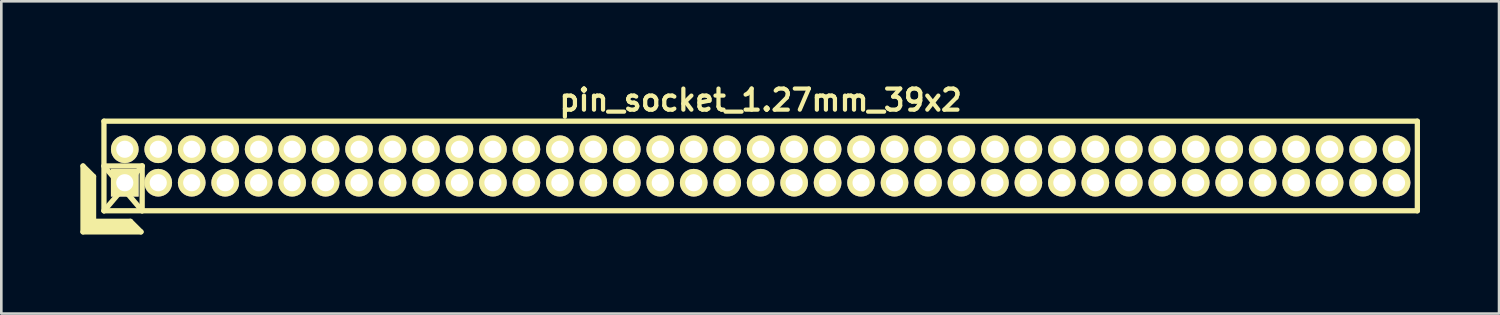
<source format=kicad_pcb>
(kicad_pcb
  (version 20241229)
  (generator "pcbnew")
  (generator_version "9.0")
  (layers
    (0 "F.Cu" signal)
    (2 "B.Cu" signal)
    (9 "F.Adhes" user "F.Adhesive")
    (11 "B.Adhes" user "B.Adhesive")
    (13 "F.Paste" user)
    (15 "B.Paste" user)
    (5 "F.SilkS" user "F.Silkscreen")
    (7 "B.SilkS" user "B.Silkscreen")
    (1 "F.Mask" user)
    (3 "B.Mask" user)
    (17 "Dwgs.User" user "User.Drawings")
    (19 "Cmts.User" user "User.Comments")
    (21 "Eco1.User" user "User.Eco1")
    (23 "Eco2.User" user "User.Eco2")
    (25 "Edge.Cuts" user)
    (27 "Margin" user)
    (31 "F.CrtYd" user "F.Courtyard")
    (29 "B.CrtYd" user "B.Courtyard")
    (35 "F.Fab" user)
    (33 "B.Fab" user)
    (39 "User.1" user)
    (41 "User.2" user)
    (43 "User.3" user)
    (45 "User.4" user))
  (footprint "pin_socket_1.27mm_39x2"
    (layer "F.Cu")
    (at 25.815 3.249)
    (property "Reference" "pin_socket_1.27mm_39x2" (at 0 -2.5 0) (layer "F.SilkS") (effects (font (size 0.8 0.8) (thickness 0.16))))
    (attr through_hole)
    (fp_line (start -25.715 0) (end -25.715 2.5) (stroke (width 0.2) (type solid)) (layer "F.SilkS"))
    (fp_line (start -25.715 0) (end -25.315 0.4) (stroke (width 0.2) (type solid)) (layer "F.SilkS"))
    (fp_line (start -25.715 2.5) (end -23.515 2.5) (stroke (width 0.2) (type solid)) (layer "F.SilkS"))
    (fp_line (start -25.615 2.4) (end -25.615 0.2) (stroke (width 0.2) (type solid)) (layer "F.SilkS"))
    (fp_line (start -25.615 2.4) (end -23.715 2.4) (stroke (width 0.2) (type solid)) (layer "F.SilkS"))
    (fp_line (start -25.515 2.3) (end -25.515 0.3) (stroke (width 0.2) (type solid)) (layer "F.SilkS"))
    (fp_line (start -25.515 2.3) (end -23.815 2.3) (stroke (width 0.2) (type solid)) (layer "F.SilkS"))
    (fp_line (start -25.415 2.2) (end -25.415 0.4) (stroke (width 0.2) (type solid)) (layer "F.SilkS"))
    (fp_line (start -25.415 2.2) (end -23.915 2.2) (stroke (width 0.2) (type solid)) (layer "F.SilkS"))
    (fp_line (start -25.315 2.1) (end -25.315 0.4) (stroke (width 0.2) (type solid)) (layer "F.SilkS"))
    (fp_line (start -25.315 2.1) (end -23.915 2.1) (stroke (width 0.2) (type solid)) (layer "F.SilkS"))
    (fp_line (start -24.92 -1.7) (end 24.92 -1.7) (stroke (width 0.2) (type solid)) (layer "F.SilkS"))
    (fp_line (start -24.92 0) (end -23.47 0) (stroke (width 0.2) (type solid)) (layer "F.SilkS"))
    (fp_line (start -24.92 0) (end -23.47 1.7) (stroke (width 0.2) (type solid)) (layer "F.SilkS"))
    (fp_line (start -24.92 1.7) (end -24.92 -1.7) (stroke (width 0.2) (type solid)) (layer "F.SilkS"))
    (fp_line (start -23.915 2.1) (end -23.515 2.5) (stroke (width 0.2) (type solid)) (layer "F.SilkS"))
    (fp_line (start -23.47 0) (end -24.915 1.7) (stroke (width 0.2) (type solid)) (layer "F.SilkS"))
    (fp_line (start -23.47 0) (end -23.47 1.7) (stroke (width 0.2) (type solid)) (layer "F.SilkS"))
    (fp_line (start 24.92 -1.7) (end 24.92 1.7) (stroke (width 0.2) (type solid)) (layer "F.SilkS"))
    (fp_line (start 24.92 1.7) (end -24.92 1.7) (stroke (width 0.2) (type solid)) (layer "F.SilkS"))
    (pad "1" thru_hole rect (at -24.13 0.635) (size 1.05 1.05) (drill 0.65) (layers "*.Cu" "*.Mask" "F.SilkS"))
    (pad "2" thru_hole oval (at -24.13 -0.635) (size 1.05 1.05) (drill 0.65) (layers "*.Cu" "*.Mask" "F.SilkS"))
    (pad "3" thru_hole oval (at -22.86 0.635) (size 1.05 1.05) (drill 0.65) (layers "*.Cu" "*.Mask" "F.SilkS"))
    (pad "4" thru_hole oval (at -22.86 -0.635) (size 1.05 1.05) (drill 0.65) (layers "*.Cu" "*.Mask" "F.SilkS"))
    (pad "5" thru_hole oval (at -21.59 0.635) (size 1.05 1.05) (drill 0.65) (layers "*.Cu" "*.Mask" "F.SilkS"))
    (pad "6" thru_hole oval (at -21.59 -0.635) (size 1.05 1.05) (drill 0.65) (layers "*.Cu" "*.Mask" "F.SilkS"))
    (pad "7" thru_hole oval (at -20.32 0.635) (size 1.05 1.05) (drill 0.65) (layers "*.Cu" "*.Mask" "F.SilkS"))
    (pad "8" thru_hole oval (at -20.32 -0.635) (size 1.05 1.05) (drill 0.65) (layers "*.Cu" "*.Mask" "F.SilkS"))
    (pad "9" thru_hole oval (at -19.05 0.635) (size 1.05 1.05) (drill 0.65) (layers "*.Cu" "*.Mask" "F.SilkS"))
    (pad "10" thru_hole oval (at -19.05 -0.635) (size 1.05 1.05) (drill 0.65) (layers "*.Cu" "*.Mask" "F.SilkS"))
    (pad "11" thru_hole oval (at -17.78 0.635) (size 1.05 1.05) (drill 0.65) (layers "*.Cu" "*.Mask" "F.SilkS"))
    (pad "12" thru_hole oval (at -17.78 -0.635) (size 1.05 1.05) (drill 0.65) (layers "*.Cu" "*.Mask" "F.SilkS"))
    (pad "13" thru_hole oval (at -16.51 0.635) (size 1.05 1.05) (drill 0.65) (layers "*.Cu" "*.Mask" "F.SilkS"))
    (pad "14" thru_hole oval (at -16.51 -0.635) (size 1.05 1.05) (drill 0.65) (layers "*.Cu" "*.Mask" "F.SilkS"))
    (pad "15" thru_hole oval (at -15.24 0.635) (size 1.05 1.05) (drill 0.65) (layers "*.Cu" "*.Mask" "F.SilkS"))
    (pad "16" thru_hole oval (at -15.24 -0.635) (size 1.05 1.05) (drill 0.65) (layers "*.Cu" "*.Mask" "F.SilkS"))
    (pad "17" thru_hole oval (at -13.97 0.635) (size 1.05 1.05) (drill 0.65) (layers "*.Cu" "*.Mask" "F.SilkS"))
    (pad "18" thru_hole oval (at -13.97 -0.635) (size 1.05 1.05) (drill 0.65) (layers "*.Cu" "*.Mask" "F.SilkS"))
    (pad "19" thru_hole oval (at -12.7 0.635) (size 1.05 1.05) (drill 0.65) (layers "*.Cu" "*.Mask" "F.SilkS"))
    (pad "20" thru_hole oval (at -12.7 -0.635) (size 1.05 1.05) (drill 0.65) (layers "*.Cu" "*.Mask" "F.SilkS"))
    (pad "21" thru_hole oval (at -11.43 0.635) (size 1.05 1.05) (drill 0.65) (layers "*.Cu" "*.Mask" "F.SilkS"))
    (pad "22" thru_hole oval (at -11.43 -0.635) (size 1.05 1.05) (drill 0.65) (layers "*.Cu" "*.Mask" "F.SilkS"))
    (pad "23" thru_hole oval (at -10.16 0.635) (size 1.05 1.05) (drill 0.65) (layers "*.Cu" "*.Mask" "F.SilkS"))
    (pad "24" thru_hole oval (at -10.16 -0.635) (size 1.05 1.05) (drill 0.65) (layers "*.Cu" "*.Mask" "F.SilkS"))
    (pad "25" thru_hole oval (at -8.89 0.635) (size 1.05 1.05) (drill 0.65) (layers "*.Cu" "*.Mask" "F.SilkS"))
    (pad "26" thru_hole oval (at -8.89 -0.635) (size 1.05 1.05) (drill 0.65) (layers "*.Cu" "*.Mask" "F.SilkS"))
    (pad "27" thru_hole oval (at -7.62 0.635) (size 1.05 1.05) (drill 0.65) (layers "*.Cu" "*.Mask" "F.SilkS"))
    (pad "28" thru_hole oval (at -7.62 -0.635) (size 1.05 1.05) (drill 0.65) (layers "*.Cu" "*.Mask" "F.SilkS"))
    (pad "29" thru_hole oval (at -6.35 0.635) (size 1.05 1.05) (drill 0.65) (layers "*.Cu" "*.Mask" "F.SilkS"))
    (pad "30" thru_hole oval (at -6.35 -0.635) (size 1.05 1.05) (drill 0.65) (layers "*.Cu" "*.Mask" "F.SilkS"))
    (pad "31" thru_hole oval (at -5.08 0.635) (size 1.05 1.05) (drill 0.65) (layers "*.Cu" "*.Mask" "F.SilkS"))
    (pad "32" thru_hole oval (at -5.08 -0.635) (size 1.05 1.05) (drill 0.65) (layers "*.Cu" "*.Mask" "F.SilkS"))
    (pad "33" thru_hole oval (at -3.81 0.635) (size 1.05 1.05) (drill 0.65) (layers "*.Cu" "*.Mask" "F.SilkS"))
    (pad "34" thru_hole oval (at -3.81 -0.635) (size 1.05 1.05) (drill 0.65) (layers "*.Cu" "*.Mask" "F.SilkS"))
    (pad "35" thru_hole oval (at -2.54 0.635) (size 1.05 1.05) (drill 0.65) (layers "*.Cu" "*.Mask" "F.SilkS"))
    (pad "36" thru_hole oval (at -2.54 -0.635) (size 1.05 1.05) (drill 0.65) (layers "*.Cu" "*.Mask" "F.SilkS"))
    (pad "37" thru_hole oval (at -1.27 0.635) (size 1.05 1.05) (drill 0.65) (layers "*.Cu" "*.Mask" "F.SilkS"))
    (pad "38" thru_hole oval (at -1.27 -0.635) (size 1.05 1.05) (drill 0.65) (layers "*.Cu" "*.Mask" "F.SilkS"))
    (pad "39" thru_hole oval (at 0 0.635) (size 1.05 1.05) (drill 0.65) (layers "*.Cu" "*.Mask" "F.SilkS"))
    (pad "40" thru_hole oval (at 0 -0.635) (size 1.05 1.05) (drill 0.65) (layers "*.Cu" "*.Mask" "F.SilkS"))
    (pad "41" thru_hole oval (at 1.27 0.635) (size 1.05 1.05) (drill 0.65) (layers "*.Cu" "*.Mask" "F.SilkS"))
    (pad "42" thru_hole oval (at 1.27 -0.635) (size 1.05 1.05) (drill 0.65) (layers "*.Cu" "*.Mask" "F.SilkS"))
    (pad "43" thru_hole oval (at 2.54 0.635) (size 1.05 1.05) (drill 0.65) (layers "*.Cu" "*.Mask" "F.SilkS"))
    (pad "44" thru_hole oval (at 2.54 -0.635) (size 1.05 1.05) (drill 0.65) (layers "*.Cu" "*.Mask" "F.SilkS"))
    (pad "45" thru_hole oval (at 3.81 0.635) (size 1.05 1.05) (drill 0.65) (layers "*.Cu" "*.Mask" "F.SilkS"))
    (pad "46" thru_hole oval (at 3.81 -0.635) (size 1.05 1.05) (drill 0.65) (layers "*.Cu" "*.Mask" "F.SilkS"))
    (pad "47" thru_hole oval (at 5.08 0.635) (size 1.05 1.05) (drill 0.65) (layers "*.Cu" "*.Mask" "F.SilkS"))
    (pad "48" thru_hole oval (at 5.08 -0.635) (size 1.05 1.05) (drill 0.65) (layers "*.Cu" "*.Mask" "F.SilkS"))
    (pad "49" thru_hole oval (at 6.35 0.635) (size 1.05 1.05) (drill 0.65) (layers "*.Cu" "*.Mask" "F.SilkS"))
    (pad "50" thru_hole oval (at 6.35 -0.635) (size 1.05 1.05) (drill 0.65) (layers "*.Cu" "*.Mask" "F.SilkS"))
    (pad "51" thru_hole circle (at 7.62 0.635) (size 1.05 1.05) (drill 0.65) (layers "*.Cu" "*.Mask" "F.SilkS"))
    (pad "52" thru_hole oval (at 7.62 -0.635) (size 1.05 1.05) (drill 0.65) (layers "*.Cu" "*.Mask" "F.SilkS"))
    (pad "53" thru_hole oval (at 8.89 0.635) (size 1.05 1.05) (drill 0.65) (layers "*.Cu" "*.Mask" "F.SilkS"))
    (pad "54" thru_hole oval (at 8.89 -0.635) (size 1.05 1.05) (drill 0.65) (layers "*.Cu" "*.Mask" "F.SilkS"))
    (pad "55" thru_hole oval (at 10.16 0.635) (size 1.05 1.05) (drill 0.65) (layers "*.Cu" "*.Mask" "F.SilkS"))
    (pad "56" thru_hole oval (at 10.16 -0.635) (size 1.05 1.05) (drill 0.65) (layers "*.Cu" "*.Mask" "F.SilkS"))
    (pad "57" thru_hole oval (at 11.43 0.635) (size 1.05 1.05) (drill 0.65) (layers "*.Cu" "*.Mask" "F.SilkS"))
    (pad "58" thru_hole oval (at 11.43 -0.635) (size 1.05 1.05) (drill 0.65) (layers "*.Cu" "*.Mask" "F.SilkS"))
    (pad "59" thru_hole oval (at 12.7 0.635) (size 1.05 1.05) (drill 0.65) (layers "*.Cu" "*.Mask" "F.SilkS"))
    (pad "60" thru_hole oval (at 12.7 -0.635) (size 1.05 1.05) (drill 0.65) (layers "*.Cu" "*.Mask" "F.SilkS"))
    (pad "61" thru_hole oval (at 13.97 0.635) (size 1.05 1.05) (drill 0.65) (layers "*.Cu" "*.Mask" "F.SilkS"))
    (pad "62" thru_hole oval (at 13.97 -0.635) (size 1.05 1.05) (drill 0.65) (layers "*.Cu" "*.Mask" "F.SilkS"))
    (pad "63" thru_hole oval (at 15.24 0.635) (size 1.05 1.05) (drill 0.65) (layers "*.Cu" "*.Mask" "F.SilkS"))
    (pad "64" thru_hole oval (at 15.24 -0.635) (size 1.05 1.05) (drill 0.65) (layers "*.Cu" "*.Mask" "F.SilkS"))
    (pad "65" thru_hole oval (at 16.51 0.635) (size 1.05 1.05) (drill 0.65) (layers "*.Cu" "*.Mask" "F.SilkS"))
    (pad "66" thru_hole oval (at 16.51 -0.635) (size 1.05 1.05) (drill 0.65) (layers "*.Cu" "*.Mask" "F.SilkS"))
    (pad "67" thru_hole oval (at 17.78 0.635) (size 1.05 1.05) (drill 0.65) (layers "*.Cu" "*.Mask" "F.SilkS"))
    (pad "68" thru_hole oval (at 17.78 -0.635) (size 1.05 1.05) (drill 0.65) (layers "*.Cu" "*.Mask" "F.SilkS"))
    (pad "69" thru_hole oval (at 19.05 0.635) (size 1.05 1.05) (drill 0.65) (layers "*.Cu" "*.Mask" "F.SilkS"))
    (pad "70" thru_hole oval (at 19.05 -0.635) (size 1.05 1.05) (drill 0.65) (layers "*.Cu" "*.Mask" "F.SilkS"))
    (pad "71" thru_hole oval (at 20.32 0.635) (size 1.05 1.05) (drill 0.65) (layers "*.Cu" "*.Mask" "F.SilkS"))
    (pad "72" thru_hole oval (at 20.32 -0.635) (size 1.05 1.05) (drill 0.65) (layers "*.Cu" "*.Mask" "F.SilkS"))
    (pad "73" thru_hole oval (at 21.59 0.635) (size 1.05 1.05) (drill 0.65) (layers "*.Cu" "*.Mask" "F.SilkS"))
    (pad "74" thru_hole oval (at 21.59 -0.635) (size 1.05 1.05) (drill 0.65) (layers "*.Cu" "*.Mask" "F.SilkS"))
    (pad "75" thru_hole oval (at 22.86 0.635) (size 1.05 1.05) (drill 0.65) (layers "*.Cu" "*.Mask" "F.SilkS"))
    (pad "76" thru_hole oval (at 22.86 -0.635) (size 1.05 1.05) (drill 0.65) (layers "*.Cu" "*.Mask" "F.SilkS"))
    (pad "77" thru_hole oval (at 24.13 0.635) (size 1.05 1.05) (drill 0.65) (layers "*.Cu" "*.Mask" "F.SilkS"))
    (pad "78" thru_hole oval (at 24.13 -0.635) (size 1.05 1.05) (drill 0.65) (layers "*.Cu" "*.Mask" "F.SilkS")))
  (gr_rect
    (start -3 -3)
    (end 53.835 8.849)
    (stroke (width 0.1) (type default))
    (fill no)
    (layer "Edge.Cuts")))
</source>
